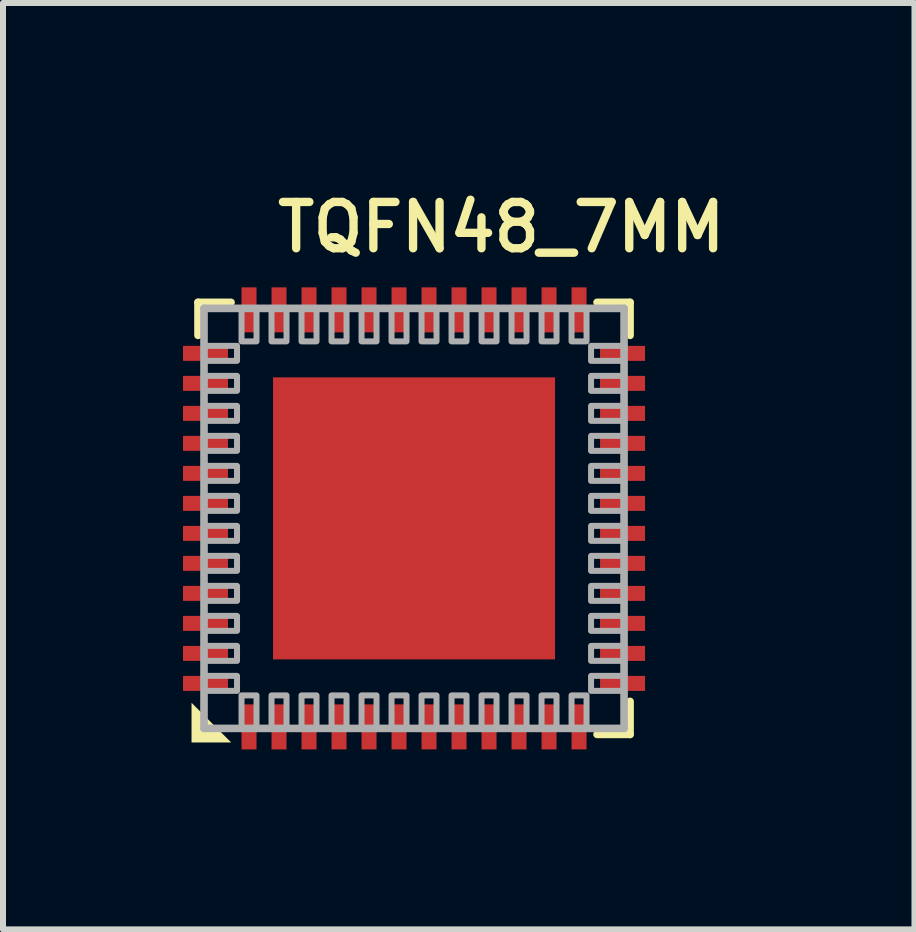
<source format=kicad_pcb>
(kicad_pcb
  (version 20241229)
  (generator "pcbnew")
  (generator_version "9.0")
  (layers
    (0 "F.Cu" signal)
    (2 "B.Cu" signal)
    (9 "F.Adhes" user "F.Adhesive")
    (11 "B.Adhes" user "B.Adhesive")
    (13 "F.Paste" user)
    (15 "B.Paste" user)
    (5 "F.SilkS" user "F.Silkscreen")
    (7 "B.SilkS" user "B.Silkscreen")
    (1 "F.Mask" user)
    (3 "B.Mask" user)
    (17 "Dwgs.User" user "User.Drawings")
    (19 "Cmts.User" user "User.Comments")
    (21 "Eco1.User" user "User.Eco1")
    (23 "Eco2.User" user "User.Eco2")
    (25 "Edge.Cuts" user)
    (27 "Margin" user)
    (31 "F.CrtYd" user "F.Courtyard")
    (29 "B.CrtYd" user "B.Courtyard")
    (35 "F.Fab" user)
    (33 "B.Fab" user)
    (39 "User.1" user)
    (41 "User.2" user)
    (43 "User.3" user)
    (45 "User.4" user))
  (footprint "TQFN48_7MM"
    (layer "F.Cu")
    (at 3.85 5.589)
    (property "Reference" "TQFN48_7MM" (at -2.35 -4.4 0) (layer "F.SilkS") (effects (font (size 0.772 0.772) (thickness 0.139)) (justify left bottom)))
    (attr through_hole)
    (fp_line (start -3.6 -3.6) (end -3.6 -3.05) (stroke (width 0.127) (type solid)) (layer "F.SilkS"))
    (fp_line (start -3.05 -3.6) (end -3.6 -3.6) (stroke (width 0.127) (type solid)) (layer "F.SilkS"))
    (fp_line (start 3.05 -3.6) (end 3.6 -3.6) (stroke (width 0.127) (type solid)) (layer "F.SilkS"))
    (fp_line (start 3.6 -3.6) (end 3.6 -3.05) (stroke (width 0.127) (type solid)) (layer "F.SilkS"))
    (fp_line (start 3.6 3.05) (end 3.6 3.6) (stroke (width 0.127) (type solid)) (layer "F.SilkS"))
    (fp_line (start 3.6 3.6) (end 3.05 3.6) (stroke (width 0.127) (type solid)) (layer "F.SilkS"))
    (fp_poly (pts (xy -3.048 3.734) (xy -3.708 3.073) (xy -3.708 3.734)) (stroke (width 0) (type solid)) (fill yes) (layer "F.SilkS"))
    (fp_poly (pts (xy -2 -0.5) (xy -1 -0.5) (xy -1 -2) (xy -2 -2)) (stroke (width 0) (type solid)) (fill yes) (layer "F.Paste"))
    (fp_poly (pts (xy -2 2) (xy -1 2) (xy -1 0.5) (xy -2 0.5)) (stroke (width 0) (type solid)) (fill yes) (layer "F.Paste"))
    (fp_poly (pts (xy -0.5 -0.5) (xy 0.5 -0.5) (xy 0.5 -2) (xy -0.5 -2)) (stroke (width 0) (type solid)) (fill yes) (layer "F.Paste"))
    (fp_poly (pts (xy -0.5 2) (xy 0.5 2) (xy 0.5 0.5) (xy -0.5 0.5)) (stroke (width 0) (type solid)) (fill yes) (layer "F.Paste"))
    (fp_poly (pts (xy 1 -0.5) (xy 2 -0.5) (xy 2 -2) (xy 1 -2)) (stroke (width 0) (type solid)) (fill yes) (layer "F.Paste"))
    (fp_poly (pts (xy 1 2) (xy 2 2) (xy 2 0.5) (xy 1 0.5)) (stroke (width 0) (type solid)) (fill yes) (layer "F.Paste"))
    (fp_line (start -3.5 -3.5) (end 3.5 -3.5) (stroke (width 0.127) (type solid)) (layer "F.Fab"))
    (fp_line (start -3.5 3.5) (end -3.5 -3.5) (stroke (width 0.127) (type solid)) (layer "F.Fab"))
    (fp_line (start 3.5 -3.5) (end 3.5 3.5) (stroke (width 0.127) (type solid)) (layer "F.Fab"))
    (fp_line (start 3.5 3.5) (end -3.5 3.5) (stroke (width 0.127) (type solid)) (layer "F.Fab"))
    (fp_poly (pts (xy -3.5 -2.625) (xy -2.95 -2.625) (xy -2.95 -2.875) (xy -3.5 -2.875)) (stroke (width 0.1) (type solid)) (fill no) (layer "F.Fab"))
    (fp_poly (pts (xy -3.5 -2.125) (xy -2.95 -2.125) (xy -2.95 -2.375) (xy -3.5 -2.375)) (stroke (width 0.1) (type solid)) (fill no) (layer "F.Fab"))
    (fp_poly (pts (xy -3.5 -1.625) (xy -2.95 -1.625) (xy -2.95 -1.875) (xy -3.5 -1.875)) (stroke (width 0.1) (type solid)) (fill no) (layer "F.Fab"))
    (fp_poly (pts (xy -3.5 -1.125) (xy -2.95 -1.125) (xy -2.95 -1.375) (xy -3.5 -1.375)) (stroke (width 0.1) (type solid)) (fill no) (layer "F.Fab"))
    (fp_poly (pts (xy -3.5 -0.625) (xy -2.95 -0.625) (xy -2.95 -0.875) (xy -3.5 -0.875)) (stroke (width 0.1) (type solid)) (fill no) (layer "F.Fab"))
    (fp_poly (pts (xy -3.5 -0.125) (xy -2.95 -0.125) (xy -2.95 -0.375) (xy -3.5 -0.375)) (stroke (width 0.1) (type solid)) (fill no) (layer "F.Fab"))
    (fp_poly (pts (xy -3.5 0.375) (xy -2.95 0.375) (xy -2.95 0.125) (xy -3.5 0.125)) (stroke (width 0.1) (type solid)) (fill no) (layer "F.Fab"))
    (fp_poly (pts (xy -3.5 0.875) (xy -2.95 0.875) (xy -2.95 0.625) (xy -3.5 0.625)) (stroke (width 0.1) (type solid)) (fill no) (layer "F.Fab"))
    (fp_poly (pts (xy -3.5 1.375) (xy -2.95 1.375) (xy -2.95 1.125) (xy -3.5 1.125)) (stroke (width 0.1) (type solid)) (fill no) (layer "F.Fab"))
    (fp_poly (pts (xy -3.5 1.875) (xy -2.95 1.875) (xy -2.95 1.625) (xy -3.5 1.625)) (stroke (width 0.1) (type solid)) (fill no) (layer "F.Fab"))
    (fp_poly (pts (xy -3.5 2.375) (xy -2.95 2.375) (xy -2.95 2.125) (xy -3.5 2.125)) (stroke (width 0.1) (type solid)) (fill no) (layer "F.Fab"))
    (fp_poly (pts (xy -3.5 2.875) (xy -2.95 2.875) (xy -2.95 2.625) (xy -3.5 2.625)) (stroke (width 0.1) (type solid)) (fill no) (layer "F.Fab"))
    (fp_poly (pts (xy -2.875 -3.5) (xy -2.875 -2.95) (xy -2.625 -2.95) (xy -2.625 -3.5)) (stroke (width 0.1) (type solid)) (fill no) (layer "F.Fab"))
    (fp_poly (pts (xy -2.625 3.5) (xy -2.625 2.95) (xy -2.875 2.95) (xy -2.875 3.5)) (stroke (width 0.1) (type solid)) (fill no) (layer "F.Fab"))
    (fp_poly (pts (xy -2.375 -3.5) (xy -2.375 -2.95) (xy -2.125 -2.95) (xy -2.125 -3.5)) (stroke (width 0.1) (type solid)) (fill no) (layer "F.Fab"))
    (fp_poly (pts (xy -2.125 3.5) (xy -2.125 2.95) (xy -2.375 2.95) (xy -2.375 3.5)) (stroke (width 0.1) (type solid)) (fill no) (layer "F.Fab"))
    (fp_poly (pts (xy -1.875 -3.5) (xy -1.875 -2.95) (xy -1.625 -2.95) (xy -1.625 -3.5)) (stroke (width 0.1) (type solid)) (fill no) (layer "F.Fab"))
    (fp_poly (pts (xy -1.625 3.5) (xy -1.625 2.95) (xy -1.875 2.95) (xy -1.875 3.5)) (stroke (width 0.1) (type solid)) (fill no) (layer "F.Fab"))
    (fp_poly (pts (xy -1.375 -3.5) (xy -1.375 -2.95) (xy -1.125 -2.95) (xy -1.125 -3.5)) (stroke (width 0.1) (type solid)) (fill no) (layer "F.Fab"))
    (fp_poly (pts (xy -1.125 3.5) (xy -1.125 2.95) (xy -1.375 2.95) (xy -1.375 3.5)) (stroke (width 0.1) (type solid)) (fill no) (layer "F.Fab"))
    (fp_poly (pts (xy -0.875 -3.5) (xy -0.875 -2.95) (xy -0.625 -2.95) (xy -0.625 -3.5)) (stroke (width 0.1) (type solid)) (fill no) (layer "F.Fab"))
    (fp_poly (pts (xy -0.625 3.5) (xy -0.625 2.95) (xy -0.875 2.95) (xy -0.875 3.5)) (stroke (width 0.1) (type solid)) (fill no) (layer "F.Fab"))
    (fp_poly (pts (xy -0.375 -3.5) (xy -0.375 -2.95) (xy -0.125 -2.95) (xy -0.125 -3.5)) (stroke (width 0.1) (type solid)) (fill no) (layer "F.Fab"))
    (fp_poly (pts (xy -0.125 3.5) (xy -0.125 2.95) (xy -0.375 2.95) (xy -0.375 3.5)) (stroke (width 0.1) (type solid)) (fill no) (layer "F.Fab"))
    (fp_poly (pts (xy 0.125 -3.5) (xy 0.125 -2.95) (xy 0.375 -2.95) (xy 0.375 -3.5)) (stroke (width 0.1) (type solid)) (fill no) (layer "F.Fab"))
    (fp_poly (pts (xy 0.375 3.5) (xy 0.375 2.95) (xy 0.125 2.95) (xy 0.125 3.5)) (stroke (width 0.1) (type solid)) (fill no) (layer "F.Fab"))
    (fp_poly (pts (xy 0.625 -3.5) (xy 0.625 -2.95) (xy 0.875 -2.95) (xy 0.875 -3.5)) (stroke (width 0.1) (type solid)) (fill no) (layer "F.Fab"))
    (fp_poly (pts (xy 0.875 3.5) (xy 0.875 2.95) (xy 0.625 2.95) (xy 0.625 3.5)) (stroke (width 0.1) (type solid)) (fill no) (layer "F.Fab"))
    (fp_poly (pts (xy 1.125 -3.5) (xy 1.125 -2.95) (xy 1.375 -2.95) (xy 1.375 -3.5)) (stroke (width 0.1) (type solid)) (fill no) (layer "F.Fab"))
    (fp_poly (pts (xy 1.375 3.5) (xy 1.375 2.95) (xy 1.125 2.95) (xy 1.125 3.5)) (stroke (width 0.1) (type solid)) (fill no) (layer "F.Fab"))
    (fp_poly (pts (xy 1.625 -3.5) (xy 1.625 -2.95) (xy 1.875 -2.95) (xy 1.875 -3.5)) (stroke (width 0.1) (type solid)) (fill no) (layer "F.Fab"))
    (fp_poly (pts (xy 1.875 3.5) (xy 1.875 2.95) (xy 1.625 2.95) (xy 1.625 3.5)) (stroke (width 0.1) (type solid)) (fill no) (layer "F.Fab"))
    (fp_poly (pts (xy 2.125 -3.5) (xy 2.125 -2.95) (xy 2.375 -2.95) (xy 2.375 -3.5)) (stroke (width 0.1) (type solid)) (fill no) (layer "F.Fab"))
    (fp_poly (pts (xy 2.375 3.5) (xy 2.375 2.95) (xy 2.125 2.95) (xy 2.125 3.5)) (stroke (width 0.1) (type solid)) (fill no) (layer "F.Fab"))
    (fp_poly (pts (xy 2.625 -3.5) (xy 2.625 -2.95) (xy 2.875 -2.95) (xy 2.875 -3.5)) (stroke (width 0.1) (type solid)) (fill no) (layer "F.Fab"))
    (fp_poly (pts (xy 2.875 3.5) (xy 2.875 2.95) (xy 2.625 2.95) (xy 2.625 3.5)) (stroke (width 0.1) (type solid)) (fill no) (layer "F.Fab"))
    (fp_poly (pts (xy 3.5 -2.875) (xy 2.95 -2.875) (xy 2.95 -2.625) (xy 3.5 -2.625)) (stroke (width 0.1) (type solid)) (fill no) (layer "F.Fab"))
    (fp_poly (pts (xy 3.5 -2.375) (xy 2.95 -2.375) (xy 2.95 -2.125) (xy 3.5 -2.125)) (stroke (width 0.1) (type solid)) (fill no) (layer "F.Fab"))
    (fp_poly (pts (xy 3.5 -1.875) (xy 2.95 -1.875) (xy 2.95 -1.625) (xy 3.5 -1.625)) (stroke (width 0.1) (type solid)) (fill no) (layer "F.Fab"))
    (fp_poly (pts (xy 3.5 -1.375) (xy 2.95 -1.375) (xy 2.95 -1.125) (xy 3.5 -1.125)) (stroke (width 0.1) (type solid)) (fill no) (layer "F.Fab"))
    (fp_poly (pts (xy 3.5 -0.875) (xy 2.95 -0.875) (xy 2.95 -0.625) (xy 3.5 -0.625)) (stroke (width 0.1) (type solid)) (fill no) (layer "F.Fab"))
    (fp_poly (pts (xy 3.5 -0.375) (xy 2.95 -0.375) (xy 2.95 -0.125) (xy 3.5 -0.125)) (stroke (width 0.1) (type solid)) (fill no) (layer "F.Fab"))
    (fp_poly (pts (xy 3.5 0.125) (xy 2.95 0.125) (xy 2.95 0.375) (xy 3.5 0.375)) (stroke (width 0.1) (type solid)) (fill no) (layer "F.Fab"))
    (fp_poly (pts (xy 3.5 0.625) (xy 2.95 0.625) (xy 2.95 0.875) (xy 3.5 0.875)) (stroke (width 0.1) (type solid)) (fill no) (layer "F.Fab"))
    (fp_poly (pts (xy 3.5 1.125) (xy 2.95 1.125) (xy 2.95 1.375) (xy 3.5 1.375)) (stroke (width 0.1) (type solid)) (fill no) (layer "F.Fab"))
    (fp_poly (pts (xy 3.5 1.625) (xy 2.95 1.625) (xy 2.95 1.875) (xy 3.5 1.875)) (stroke (width 0.1) (type solid)) (fill no) (layer "F.Fab"))
    (fp_poly (pts (xy 3.5 2.125) (xy 2.95 2.125) (xy 2.95 2.375) (xy 3.5 2.375)) (stroke (width 0.1) (type solid)) (fill no) (layer "F.Fab"))
    (fp_poly (pts (xy 3.5 2.625) (xy 2.95 2.625) (xy 2.95 2.875) (xy 3.5 2.875)) (stroke (width 0.1) (type solid)) (fill no) (layer "F.Fab"))
    (pad "1" smd rect (at -2.75 3.475 90) (size 0.75 0.25) (layers "F.Cu" "F.Mask" "F.Paste"))
    (pad "2" smd rect (at -2.25 3.475 90) (size 0.75 0.25) (layers "F.Cu" "F.Mask" "F.Paste"))
    (pad "3" smd rect (at -1.75 3.475 90) (size 0.75 0.25) (layers "F.Cu" "F.Mask" "F.Paste"))
    (pad "4" smd rect (at -1.25 3.475 90) (size 0.75 0.25) (layers "F.Cu" "F.Mask" "F.Paste"))
    (pad "5" smd rect (at -0.75 3.475 90) (size 0.75 0.25) (layers "F.Cu" "F.Mask" "F.Paste"))
    (pad "6" smd rect (at -0.25 3.475 90) (size 0.75 0.25) (layers "F.Cu" "F.Mask" "F.Paste"))
    (pad "7" smd rect (at 0.25 3.475 90) (size 0.75 0.25) (layers "F.Cu" "F.Mask" "F.Paste"))
    (pad "8" smd rect (at 0.75 3.475 90) (size 0.75 0.25) (layers "F.Cu" "F.Mask" "F.Paste"))
    (pad "9" smd rect (at 1.25 3.475 90) (size 0.75 0.25) (layers "F.Cu" "F.Mask" "F.Paste"))
    (pad "10" smd rect (at 1.75 3.475 90) (size 0.75 0.25) (layers "F.Cu" "F.Mask" "F.Paste"))
    (pad "11" smd rect (at 2.25 3.475 90) (size 0.75 0.25) (layers "F.Cu" "F.Mask" "F.Paste"))
    (pad "12" smd rect (at 2.75 3.475 90) (size 0.75 0.25) (layers "F.Cu" "F.Mask" "F.Paste"))
    (pad "13" smd rect (at 3.475 2.75 180) (size 0.75 0.25) (layers "F.Cu" "F.Mask" "F.Paste"))
    (pad "14" smd rect (at 3.475 2.25 180) (size 0.75 0.25) (layers "F.Cu" "F.Mask" "F.Paste"))
    (pad "15" smd rect (at 3.475 1.75 180) (size 0.75 0.25) (layers "F.Cu" "F.Mask" "F.Paste"))
    (pad "16" smd rect (at 3.475 1.25 180) (size 0.75 0.25) (layers "F.Cu" "F.Mask" "F.Paste"))
    (pad "17" smd rect (at 3.475 0.75 180) (size 0.75 0.25) (layers "F.Cu" "F.Mask" "F.Paste"))
    (pad "18" smd rect (at 3.475 0.25 180) (size 0.75 0.25) (layers "F.Cu" "F.Mask" "F.Paste"))
    (pad "19" smd rect (at 3.475 -0.25 180) (size 0.75 0.25) (layers "F.Cu" "F.Mask" "F.Paste"))
    (pad "20" smd rect (at 3.475 -0.75 180) (size 0.75 0.25) (layers "F.Cu" "F.Mask" "F.Paste"))
    (pad "21" smd rect (at 3.475 -1.25 180) (size 0.75 0.25) (layers "F.Cu" "F.Mask" "F.Paste"))
    (pad "22" smd rect (at 3.475 -1.75 180) (size 0.75 0.25) (layers "F.Cu" "F.Mask" "F.Paste"))
    (pad "23" smd rect (at 3.475 -2.25 180) (size 0.75 0.25) (layers "F.Cu" "F.Mask" "F.Paste"))
    (pad "24" smd rect (at 3.475 -2.75 180) (size 0.75 0.25) (layers "F.Cu" "F.Mask" "F.Paste"))
    (pad "25" smd rect (at 2.75 -3.475 270) (size 0.75 0.25) (layers "F.Cu" "F.Mask" "F.Paste"))
    (pad "26" smd rect (at 2.25 -3.475 270) (size 0.75 0.25) (layers "F.Cu" "F.Mask" "F.Paste"))
    (pad "27" smd rect (at 1.75 -3.475 270) (size 0.75 0.25) (layers "F.Cu" "F.Mask" "F.Paste"))
    (pad "28" smd rect (at 1.25 -3.475 270) (size 0.75 0.25) (layers "F.Cu" "F.Mask" "F.Paste"))
    (pad "29" smd rect (at 0.75 -3.475 270) (size 0.75 0.25) (layers "F.Cu" "F.Mask" "F.Paste"))
    (pad "30" smd rect (at 0.25 -3.475 270) (size 0.75 0.25) (layers "F.Cu" "F.Mask" "F.Paste"))
    (pad "31" smd rect (at -0.25 -3.475 270) (size 0.75 0.25) (layers "F.Cu" "F.Mask" "F.Paste"))
    (pad "32" smd rect (at -0.75 -3.475 270) (size 0.75 0.25) (layers "F.Cu" "F.Mask" "F.Paste"))
    (pad "33" smd rect (at -1.25 -3.475 270) (size 0.75 0.25) (layers "F.Cu" "F.Mask" "F.Paste"))
    (pad "34" smd rect (at -1.75 -3.475 270) (size 0.75 0.25) (layers "F.Cu" "F.Mask" "F.Paste"))
    (pad "35" smd rect (at -2.25 -3.475 270) (size 0.75 0.25) (layers "F.Cu" "F.Mask" "F.Paste"))
    (pad "36" smd rect (at -2.75 -3.475 270) (size 0.75 0.25) (layers "F.Cu" "F.Mask" "F.Paste"))
    (pad "37" smd rect (at -3.475 -2.75) (size 0.75 0.25) (layers "F.Cu" "F.Mask" "F.Paste"))
    (pad "38" smd rect (at -3.475 -2.25) (size 0.75 0.25) (layers "F.Cu" "F.Mask" "F.Paste"))
    (pad "39" smd rect (at -3.475 -1.75) (size 0.75 0.25) (layers "F.Cu" "F.Mask" "F.Paste"))
    (pad "40" smd rect (at -3.475 -1.25) (size 0.75 0.25) (layers "F.Cu" "F.Mask" "F.Paste"))
    (pad "41" smd rect (at -3.475 -0.75) (size 0.75 0.25) (layers "F.Cu" "F.Mask" "F.Paste"))
    (pad "42" smd rect (at -3.475 -0.25) (size 0.75 0.25) (layers "F.Cu" "F.Mask" "F.Paste"))
    (pad "43" smd rect (at -3.475 0.25) (size 0.75 0.25) (layers "F.Cu" "F.Mask" "F.Paste"))
    (pad "44" smd rect (at -3.475 0.75) (size 0.75 0.25) (layers "F.Cu" "F.Mask" "F.Paste"))
    (pad "45" smd rect (at -3.475 1.25) (size 0.75 0.25) (layers "F.Cu" "F.Mask" "F.Paste"))
    (pad "46" smd rect (at -3.475 1.75) (size 0.75 0.25) (layers "F.Cu" "F.Mask" "F.Paste"))
    (pad "47" smd rect (at -3.475 2.25) (size 0.75 0.25) (layers "F.Cu" "F.Mask" "F.Paste"))
    (pad "48" smd rect (at -3.475 2.75) (size 0.75 0.25) (layers "F.Cu" "F.Mask" "F.Paste"))
    (pad "THERMAL" smd rect (at 0 0) (size 4.7 4.7) (layers "F.Cu" "F.Mask")))
  (gr_rect
    (start -3 -3)
    (end 12.19 12.439)
    (stroke (width 0.1) (type default))
    (fill no)
    (layer "Edge.Cuts")))
</source>
